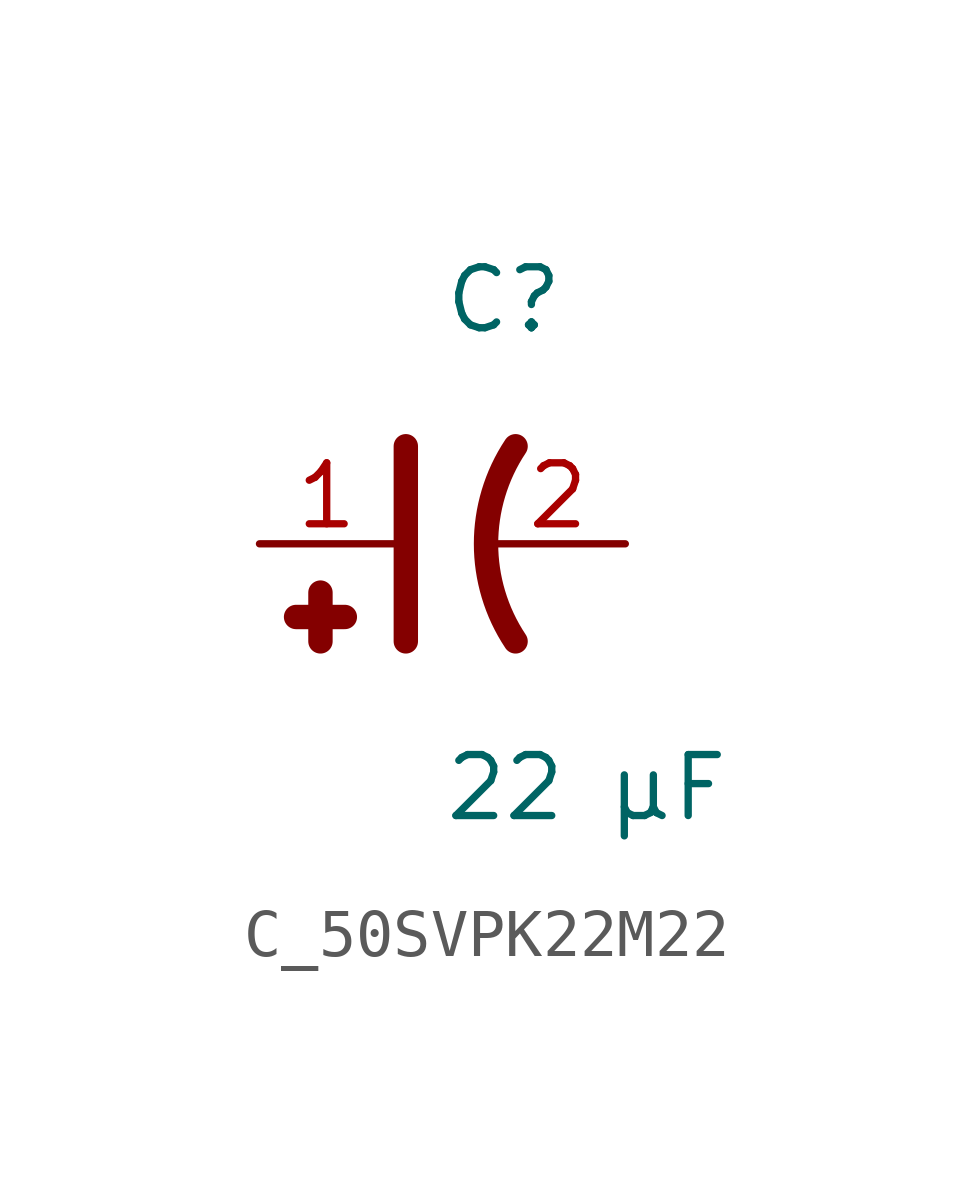
<source format=kicad_sym>
(kicad_symbol_lib
  (version 20231120)
  (generator kicad_symbol_editor)
  (generator_version 8.0)
  (symbol "C_50SVPK22M22"
    (pin_names
      (offset 0.254))
    (property "Reference" "C"
      (at 0 5.08 0)
      (effects (font (size 1.27 1.27)) (justify left)))
    (property "Value" "22 µF"
      (at 0 -5.08 0)
      (effects (font (size 1.27 1.27)) (justify left)))
    (symbol "C_50SVPK22M22_0_1"
      (polyline (pts (xy -0.762 -2.032) (xy -0.762 2.032)) (stroke (width 0.508) (type default)) (fill (type none)))
      (polyline (pts (xy -2.54 -1.016) (xy -2.54 -2.032)) (stroke (width 0.508) (type default)) (fill (type none)))
      (polyline (pts (xy -2.032 -1.524) (xy -3.048 -1.524)) (stroke (width 0.508) (type default)) (fill (type none)))
      (arc (start 1.524 2.032) (mid 0.9088 0) (end 1.524 -2.032) (stroke (width 0.508) (type default)) (fill (type none))))
    (pin passive line
      (at -3.81 0 0)
      (length 2.8)
      (name "" (effects (font (size 1.27 1.27))))
      (number "1" (effects (font (size 1.27 1.27)))))
    (pin passive line
      (at 3.81 0 180)
      (length 2.8)
      (name "" (effects (font (size 1.27 1.27))))
      (number "2" (effects (font (size 1.27 1.27)))))))
</source>
